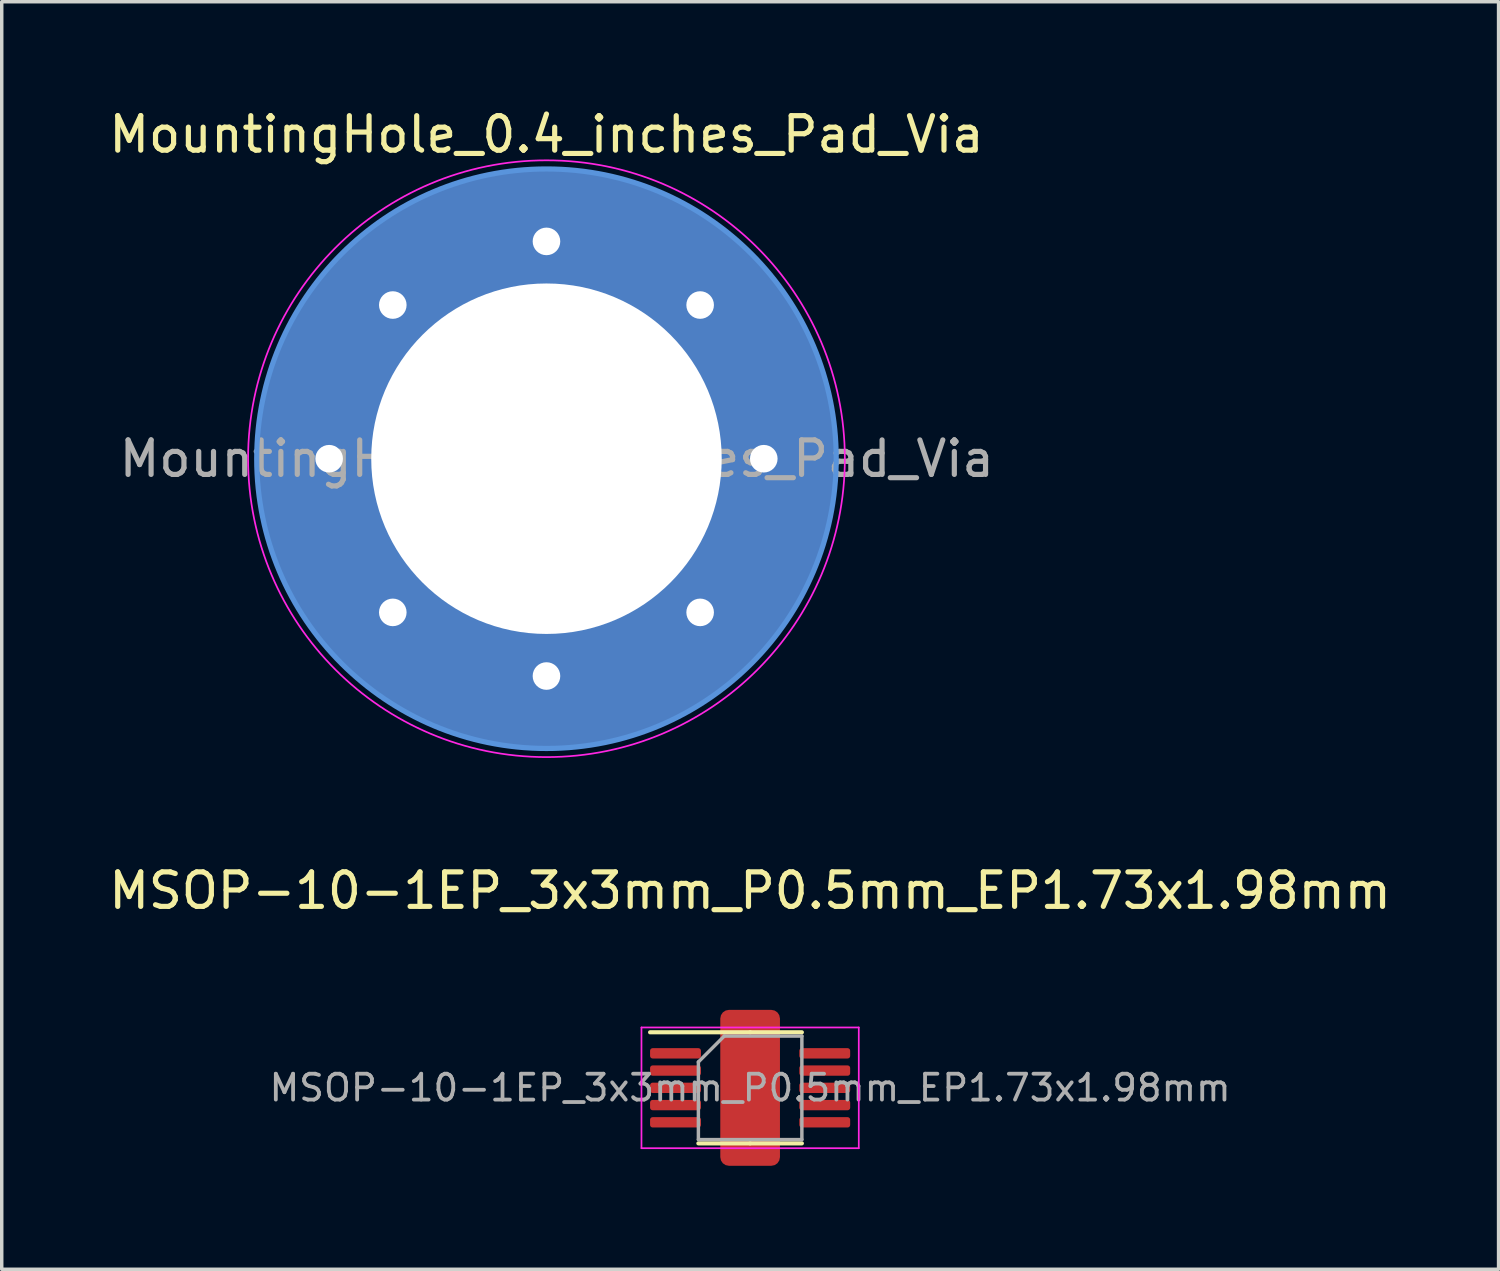
<source format=kicad_pcb>
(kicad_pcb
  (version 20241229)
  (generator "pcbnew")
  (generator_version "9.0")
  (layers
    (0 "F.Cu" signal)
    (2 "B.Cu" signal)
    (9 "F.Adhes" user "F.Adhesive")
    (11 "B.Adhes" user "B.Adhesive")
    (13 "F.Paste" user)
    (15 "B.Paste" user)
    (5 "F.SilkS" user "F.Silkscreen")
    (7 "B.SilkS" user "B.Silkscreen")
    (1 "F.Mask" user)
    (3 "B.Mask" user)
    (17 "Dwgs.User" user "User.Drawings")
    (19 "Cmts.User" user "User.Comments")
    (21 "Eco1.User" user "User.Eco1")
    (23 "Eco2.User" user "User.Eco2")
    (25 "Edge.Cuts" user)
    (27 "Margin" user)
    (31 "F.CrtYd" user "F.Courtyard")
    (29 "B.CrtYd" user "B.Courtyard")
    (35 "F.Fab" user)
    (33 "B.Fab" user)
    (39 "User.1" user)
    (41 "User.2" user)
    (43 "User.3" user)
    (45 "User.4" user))
  (footprint "MSOP-10-1EP_3x3mm_P0.5mm_EP1.73x1.98mm"
    (layer "F.Cu")
    (at 18.696 28.486)
    (property "Reference" "MSOP-10-1EP_3x3mm_P0.5mm_EP1.73x1.98mm" (at 0 -5.715 0) (layer "F.SilkS") (effects (font (size 1 1) (thickness 0.15))))
    (attr smd)
    (fp_line (start 0 -1.61) (end -2.9 -1.61) (stroke (width 0.12) (type solid)) (layer "F.SilkS"))
    (fp_line (start 0 -1.61) (end 1.5 -1.61) (stroke (width 0.12) (type solid)) (layer "F.SilkS"))
    (fp_line (start 0 1.61) (end -1.5 1.61) (stroke (width 0.12) (type solid)) (layer "F.SilkS"))
    (fp_line (start 0 1.61) (end 1.5 1.61) (stroke (width 0.12) (type solid)) (layer "F.SilkS"))
    (fp_line (start -3.15 -1.75) (end -3.15 1.75) (stroke (width 0.05) (type solid)) (layer "F.CrtYd"))
    (fp_line (start -3.15 1.75) (end 3.15 1.75) (stroke (width 0.05) (type solid)) (layer "F.CrtYd"))
    (fp_line (start 3.15 -1.75) (end -3.15 -1.75) (stroke (width 0.05) (type solid)) (layer "F.CrtYd"))
    (fp_line (start 3.15 1.75) (end 3.15 -1.75) (stroke (width 0.05) (type solid)) (layer "F.CrtYd"))
    (fp_line (start -1.5 -0.75) (end -0.75 -1.5) (stroke (width 0.1) (type solid)) (layer "F.Fab"))
    (fp_line (start -1.5 1.5) (end -1.5 -0.75) (stroke (width 0.1) (type solid)) (layer "F.Fab"))
    (fp_line (start -0.75 -1.5) (end 1.5 -1.5) (stroke (width 0.1) (type solid)) (layer "F.Fab"))
    (fp_line (start 1.5 -1.5) (end 1.5 1.5) (stroke (width 0.1) (type solid)) (layer "F.Fab"))
    (fp_line (start 1.5 1.5) (end -1.5 1.5) (stroke (width 0.1) (type solid)) (layer "F.Fab"))
    (fp_text user "${REFERENCE}" (at 0 0 0) (layer "F.Fab") (effects (font (size 0.75 0.75) (thickness 0.11))))
    (pad "" smd roundrect (at -0.43 -0.495) (size 0.7 0.8) (layers "F.Paste") (roundrect_rratio 0.25))
    (pad "" smd roundrect (at -0.43 0.495) (size 0.7 0.8) (layers "F.Paste") (roundrect_rratio 0.25))
    (pad "" smd roundrect (at 0.43 -0.495) (size 0.7 0.8) (layers "F.Paste") (roundrect_rratio 0.25))
    (pad "" smd roundrect (at 0.43 0.495) (size 0.7 0.8) (layers "F.Paste") (roundrect_rratio 0.25))
    (pad "1" smd roundrect (at -2.163 -1) (size 1.475 0.3) (layers "F.Cu" "F.Mask" "F.Paste") (roundrect_rratio 0.25))
    (pad "2" smd roundrect (at -2.163 -0.5) (size 1.475 0.3) (layers "F.Cu" "F.Mask" "F.Paste") (roundrect_rratio 0.25))
    (pad "3" smd roundrect (at -2.163 0) (size 1.475 0.3) (layers "F.Cu" "F.Mask" "F.Paste") (roundrect_rratio 0.25))
    (pad "4" smd roundrect (at -2.163 0.5) (size 1.475 0.3) (layers "F.Cu" "F.Mask" "F.Paste") (roundrect_rratio 0.25))
    (pad "5" smd roundrect (at -2.163 1) (size 1.475 0.3) (layers "F.Cu" "F.Mask" "F.Paste") (roundrect_rratio 0.25))
    (pad "6" smd roundrect (at 2.163 1) (size 1.475 0.3) (layers "F.Cu" "F.Mask" "F.Paste") (roundrect_rratio 0.25))
    (pad "7" smd roundrect (at 2.163 0.5) (size 1.475 0.3) (layers "F.Cu" "F.Mask" "F.Paste") (roundrect_rratio 0.25))
    (pad "8" smd roundrect (at 2.163 0) (size 1.475 0.3) (layers "F.Cu" "F.Mask" "F.Paste") (roundrect_rratio 0.25))
    (pad "9" smd roundrect (at 2.163 -0.5) (size 1.475 0.3) (layers "F.Cu" "F.Mask" "F.Paste") (roundrect_rratio 0.25))
    (pad "10" smd roundrect (at 2.163 -1) (size 1.475 0.3) (layers "F.Cu" "F.Mask" "F.Paste") (roundrect_rratio 0.25))
    (pad "11" smd roundrect (at 0 0) (size 1.73 4.52) (layers "F.Cu" "F.Mask") (roundrect_rratio 0.145)))
  (footprint "MountingHole_0.4_inches_Pad_Via"
    (layer "F.Cu")
    (at 12.792 10.248)
    (property "Reference" "MountingHole_0.4_inches_Pad_Via" (at 0 -9.4 0) (layer "F.SilkS") (effects (font (size 1 1) (thickness 0.15))))
    (attr exclude_from_pos_files exclude_from_bom)
    (fp_circle (center 0 0) (end 8.4 0) (stroke (width 0.15) (type solid)) (fill no) (layer "Cmts.User"))
    (fp_circle (center 0 0) (end 8.65 0) (stroke (width 0.05) (type solid)) (fill no) (layer "F.CrtYd"))
    (fp_text user "${REFERENCE}" (at 0.3 0 0) (layer "F.Fab") (effects (font (size 1 1) (thickness 0.15))))
    (pad "1" thru_hole circle (at -6.3 0) (size 1.1 1.1) (drill 0.8) (layers "*.Cu" "*.Mask"))
    (pad "1" thru_hole circle (at -4.455 -4.455) (size 1.1 1.1) (drill 0.8) (layers "*.Cu" "*.Mask"))
    (pad "1" thru_hole circle (at -4.455 4.455) (size 1.1 1.1) (drill 0.8) (layers "*.Cu" "*.Mask"))
    (pad "1" thru_hole circle (at 0 -6.3) (size 1.1 1.1) (drill 0.8) (layers "*.Cu" "*.Mask"))
    (pad "1" thru_hole circle (at 0 0) (size 16.8 16.8) (drill 10.16) (layers "*.Cu" "*.Mask"))
    (pad "1" thru_hole circle (at 0 6.3) (size 1.1 1.1) (drill 0.8) (layers "*.Cu" "*.Mask"))
    (pad "1" thru_hole circle (at 4.455 -4.455) (size 1.1 1.1) (drill 0.8) (layers "*.Cu" "*.Mask"))
    (pad "1" thru_hole circle (at 4.455 4.455) (size 1.1 1.1) (drill 0.8) (layers "*.Cu" "*.Mask"))
    (pad "1" thru_hole circle (at 6.3 0) (size 1.1 1.1) (drill 0.8) (layers "*.Cu" "*.Mask")))
  (gr_rect
    (start -3 -3)
    (end 40.393 33.746)
    (stroke (width 0.1) (type default))
    (fill no)
    (layer "Edge.Cuts")))
</source>
